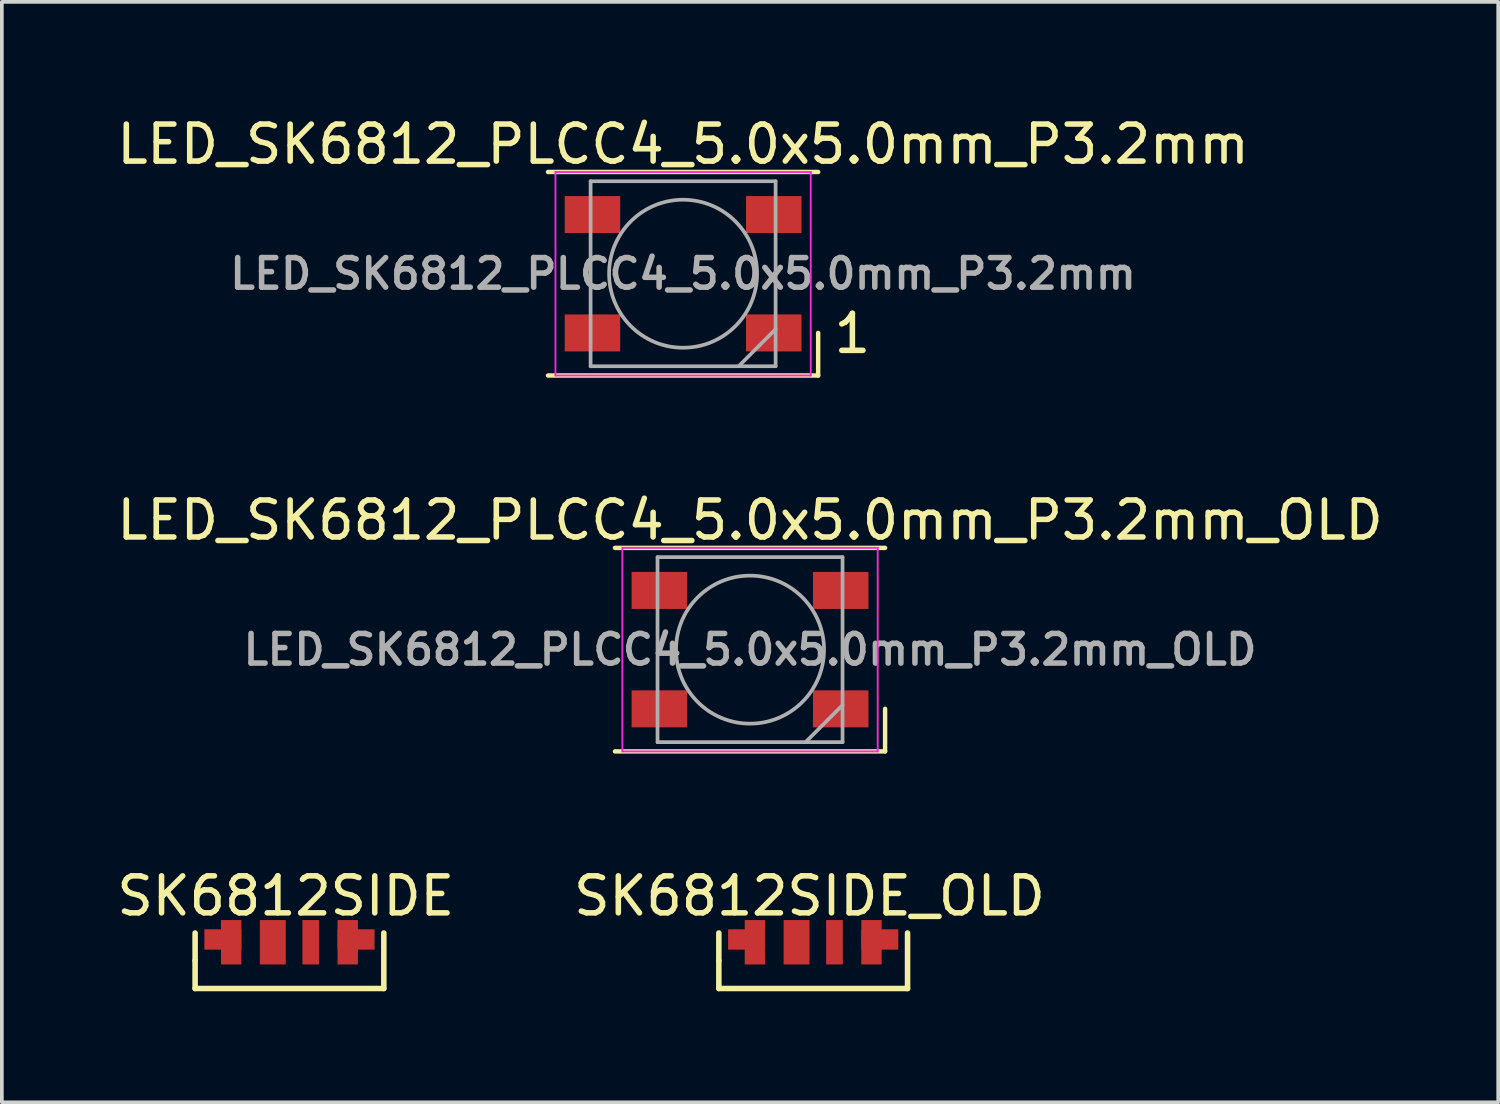
<source format=kicad_pcb>
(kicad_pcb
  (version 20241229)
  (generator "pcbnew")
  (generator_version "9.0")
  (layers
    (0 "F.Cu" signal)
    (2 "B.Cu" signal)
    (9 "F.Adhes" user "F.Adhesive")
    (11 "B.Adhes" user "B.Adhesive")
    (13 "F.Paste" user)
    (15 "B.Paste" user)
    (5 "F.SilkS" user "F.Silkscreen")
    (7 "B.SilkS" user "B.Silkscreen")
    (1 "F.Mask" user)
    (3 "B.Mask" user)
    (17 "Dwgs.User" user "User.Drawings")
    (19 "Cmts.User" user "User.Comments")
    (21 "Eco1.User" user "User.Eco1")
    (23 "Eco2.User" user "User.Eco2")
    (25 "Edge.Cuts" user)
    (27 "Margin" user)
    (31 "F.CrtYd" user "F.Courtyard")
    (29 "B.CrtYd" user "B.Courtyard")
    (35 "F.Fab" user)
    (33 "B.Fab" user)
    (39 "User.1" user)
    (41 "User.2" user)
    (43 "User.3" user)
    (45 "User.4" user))
  (footprint "LED_SK6812_PLCC4_5.0x5.0mm_P3.2mm"
    (layer "F.Cu")
    (at 15.411 4.348)
    (property "Reference" "LED_SK6812_PLCC4_5.0x5.0mm_P3.2mm" (at 0 -3.5 0) (layer "F.SilkS") (effects (font (size 1 1) (thickness 0.15))))
    (attr smd)
    (fp_line (start -3.65 -2.75) (end 3.65 -2.75) (stroke (width 0.12) (type solid)) (layer "F.SilkS"))
    (fp_line (start -3.65 2.75) (end 3.65 2.75) (stroke (width 0.12) (type solid)) (layer "F.SilkS"))
    (fp_line (start 3.65 2.75) (end 3.65 1.6) (stroke (width 0.12) (type solid)) (layer "F.SilkS"))
    (fp_line (start -3.45 -2.75) (end -3.45 2.75) (stroke (width 0.05) (type solid)) (layer "F.CrtYd"))
    (fp_line (start -3.45 2.75) (end 3.45 2.75) (stroke (width 0.05) (type solid)) (layer "F.CrtYd"))
    (fp_line (start 3.45 -2.75) (end -3.45 -2.75) (stroke (width 0.05) (type solid)) (layer "F.CrtYd"))
    (fp_line (start 3.45 2.75) (end 3.45 -2.75) (stroke (width 0.05) (type solid)) (layer "F.CrtYd"))
    (fp_line (start -2.5 -2.5) (end -2.5 2.5) (stroke (width 0.1) (type solid)) (layer "F.Fab"))
    (fp_line (start -2.5 2.5) (end 2.5 2.5) (stroke (width 0.1) (type solid)) (layer "F.Fab"))
    (fp_line (start 2.5 -2.5) (end -2.5 -2.5) (stroke (width 0.1) (type solid)) (layer "F.Fab"))
    (fp_line (start 2.5 1.5) (end 1.5 2.5) (stroke (width 0.1) (type solid)) (layer "F.Fab"))
    (fp_line (start 2.5 2.5) (end 2.5 -2.5) (stroke (width 0.1) (type solid)) (layer "F.Fab"))
    (fp_circle (center 0 0) (end 0 -2) (stroke (width 0.1) (type solid)) (fill no) (layer "F.Fab"))
    (fp_text user "1" (at 4 2.2 0) (unlocked yes) (layer "F.SilkS") (effects (font (size 1 1) (thickness 0.15)) (justify left bottom)))
    (fp_text user "${REFERENCE}" (at 0 0 0) (layer "F.Fab") (effects (font (size 0.8 0.8) (thickness 0.15))))
    (pad "1" smd rect (at 2.45 1.6) (size 1.5 1) (layers "F.Cu" "F.Mask" "F.Paste"))
    (pad "2" smd rect (at 2.45 -1.6) (size 1.5 1) (layers "F.Cu" "F.Mask" "F.Paste"))
    (pad "3" smd rect (at -2.45 -1.6) (size 1.5 1) (layers "F.Cu" "F.Mask" "F.Paste"))
    (pad "4" smd rect (at -2.45 1.6) (size 1.5 1) (layers "F.Cu" "F.Mask" "F.Paste")))
  (footprint "LED_SK6812_PLCC4_5.0x5.0mm_P3.2mm_OLD"
    (layer "F.Cu")
    (at 17.22 14.507)
    (property "Reference" "LED_SK6812_PLCC4_5.0x5.0mm_P3.2mm_OLD" (at 0 -3.5 0) (layer "F.SilkS") (effects (font (size 1 1) (thickness 0.15))))
    (attr smd)
    (fp_line (start -3.65 -2.75) (end 3.65 -2.75) (stroke (width 0.12) (type solid)) (layer "F.SilkS"))
    (fp_line (start -3.65 2.75) (end 3.65 2.75) (stroke (width 0.12) (type solid)) (layer "F.SilkS"))
    (fp_line (start 3.65 2.75) (end 3.65 1.6) (stroke (width 0.12) (type solid)) (layer "F.SilkS"))
    (fp_line (start -3.45 -2.75) (end -3.45 2.75) (stroke (width 0.05) (type solid)) (layer "F.CrtYd"))
    (fp_line (start -3.45 2.75) (end 3.45 2.75) (stroke (width 0.05) (type solid)) (layer "F.CrtYd"))
    (fp_line (start 3.45 -2.75) (end -3.45 -2.75) (stroke (width 0.05) (type solid)) (layer "F.CrtYd"))
    (fp_line (start 3.45 2.75) (end 3.45 -2.75) (stroke (width 0.05) (type solid)) (layer "F.CrtYd"))
    (fp_line (start -2.5 -2.5) (end -2.5 2.5) (stroke (width 0.1) (type solid)) (layer "F.Fab"))
    (fp_line (start -2.5 2.5) (end 2.5 2.5) (stroke (width 0.1) (type solid)) (layer "F.Fab"))
    (fp_line (start 2.5 -2.5) (end -2.5 -2.5) (stroke (width 0.1) (type solid)) (layer "F.Fab"))
    (fp_line (start 2.5 1.5) (end 1.5 2.5) (stroke (width 0.1) (type solid)) (layer "F.Fab"))
    (fp_line (start 2.5 2.5) (end 2.5 -2.5) (stroke (width 0.1) (type solid)) (layer "F.Fab"))
    (fp_circle (center 0 0) (end 0 -2) (stroke (width 0.1) (type solid)) (fill no) (layer "F.Fab"))
    (fp_text user "${REFERENCE}" (at 0 0 0) (layer "F.Fab") (effects (font (size 0.8 0.8) (thickness 0.15))))
    (pad "1" smd rect (at 2.45 1.6) (size 1.5 1) (layers "F.Cu" "F.Mask" "F.Paste"))
    (pad "2" smd rect (at 2.45 -1.6) (size 1.5 1) (layers "F.Cu" "F.Mask" "F.Paste"))
    (pad "3" smd rect (at -2.45 -1.6) (size 1.5 1) (layers "F.Cu" "F.Mask" "F.Paste"))
    (pad "4" smd rect (at -2.45 1.6) (size 1.5 1) (layers "F.Cu" "F.Mask" "F.Paste")))
  (footprint "SK6812SIDE_OLD"
    (layer "F.Cu")
    (at 18.827 22.915)
    (property "Reference" "SK6812SIDE_OLD" (at 0 -1.75 0) (layer "F.SilkS") (effects (font (size 1 1) (thickness 0.15))))
    (attr smd)
    (fp_line (start -2.45 0) (end -2.45 -0.75) (stroke (width 0.15) (type solid)) (layer "F.SilkS"))
    (fp_line (start -2.45 0.75) (end -2.45 0) (stroke (width 0.15) (type solid)) (layer "F.SilkS"))
    (fp_line (start 2.65 -0.75) (end 2.65 0.75) (stroke (width 0.15) (type solid)) (layer "F.SilkS"))
    (fp_line (start 2.65 0.75) (end -2.45 0.75) (stroke (width 0.15) (type solid)) (layer "F.SilkS"))
    (pad "1" smd rect (at -1.7 -0.575 90) (size 0.55 1) (layers "F.Cu" "F.Mask" "F.Paste"))
    (pad "1" smd rect (at -1.475 -0.5) (size 0.55 1.2) (layers "F.Cu" "F.Mask" "F.Paste"))
    (pad "2" smd rect (at -0.35 -0.5) (size 0.7 1.2) (layers "F.Cu" "F.Mask" "F.Paste"))
    (pad "3" smd rect (at 0.675 -0.5) (size 0.45 1.2) (layers "F.Cu" "F.Mask" "F.Paste"))
    (pad "4" smd rect (at 1.675 -0.5) (size 0.55 1.2) (layers "F.Cu" "F.Mask" "F.Paste"))
    (pad "4" smd rect (at 1.9 -0.575 90) (size 0.55 1) (layers "F.Cu" "F.Mask" "F.Paste")))
  (footprint "SK6812SIDE"
    (layer "F.Cu")
    (at 4.673 22.915)
    (property "Reference" "SK6812SIDE" (at 0 -1.75 0) (layer "F.SilkS") (effects (font (size 1 1) (thickness 0.15))))
    (attr through_hole)
    (fp_line (start -2.45 0) (end -2.45 -0.75) (stroke (width 0.15) (type solid)) (layer "F.SilkS"))
    (fp_line (start -2.45 0.75) (end -2.45 0) (stroke (width 0.15) (type solid)) (layer "F.SilkS"))
    (fp_line (start 2.65 -0.75) (end 2.65 0.75) (stroke (width 0.15) (type solid)) (layer "F.SilkS"))
    (fp_line (start 2.65 0.75) (end -2.45 0.75) (stroke (width 0.15) (type solid)) (layer "F.SilkS"))
    (pad "1" smd rect (at -1.7 -0.575 90) (size 0.55 1) (layers "F.Cu" "F.Mask" "F.Paste"))
    (pad "1" smd rect (at -1.475 -0.5) (size 0.55 1.2) (layers "F.Cu" "F.Mask" "F.Paste"))
    (pad "2" smd rect (at -0.35 -0.5) (size 0.7 1.2) (layers "F.Cu" "F.Mask" "F.Paste"))
    (pad "3" smd rect (at 0.675 -0.5) (size 0.45 1.2) (layers "F.Cu" "F.Mask" "F.Paste"))
    (pad "4" smd rect (at 1.675 -0.5) (size 0.55 1.2) (layers "F.Cu" "F.Mask" "F.Paste"))
    (pad "4" smd rect (at 1.9 -0.575 90) (size 0.55 1) (layers "F.Cu" "F.Mask" "F.Paste")))
  (gr_rect
    (start -3 -3)
    (end 37.44 26.74)
    (stroke (width 0.1) (type default))
    (fill no)
    (layer "Edge.Cuts")))
</source>
